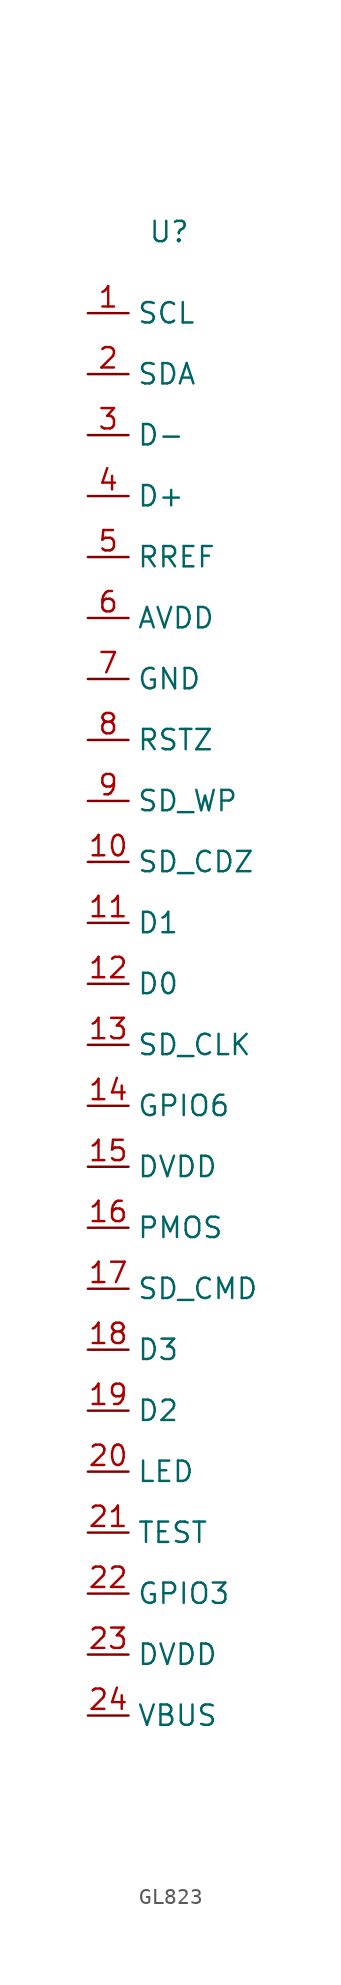
<source format=kicad_sym>
(kicad_symbol_lib
  (version 20220914)
  (generator kicad_symbol_editor)
  (symbol "GL823"
    (property "Reference" "U"
      (at 0 0 0)
      (effects (font (size 1.27 1.27))))
    (property "Value" ""
      (at 0 0 0)
      (effects (font (size 1.27 1.27))))
    (symbol "GL823_1_1"
      (pin input line (at -5.08 -5.08 0) (length 2.54) (name "SCL" (effects (font (size 1.27 1.27)))) (number "1" (effects (font (size 1.27 1.27)))))
      (pin input line (at -5.08 -39.37 0) (length 2.54) (name "SD_CDZ" (effects (font (size 1.27 1.27)))) (number "10" (effects (font (size 1.27 1.27)))))
      (pin input line (at -5.08 -43.18 0) (length 2.54) (name "D1" (effects (font (size 1.27 1.27)))) (number "11" (effects (font (size 1.27 1.27)))))
      (pin input line (at -5.08 -46.99 0) (length 2.54) (name "D0" (effects (font (size 1.27 1.27)))) (number "12" (effects (font (size 1.27 1.27)))))
      (pin input line (at -5.08 -50.8 0) (length 2.54) (name "SD_CLK" (effects (font (size 1.27 1.27)))) (number "13" (effects (font (size 1.27 1.27)))))
      (pin input line (at -5.08 -54.61 0) (length 2.54) (name "GPIO6" (effects (font (size 1.27 1.27)))) (number "14" (effects (font (size 1.27 1.27)))))
      (pin input line (at -5.08 -58.42 0) (length 2.54) (name "DVDD" (effects (font (size 1.27 1.27)))) (number "15" (effects (font (size 1.27 1.27)))))
      (pin input line (at -5.08 -62.23 0) (length 2.54) (name "PMOS" (effects (font (size 1.27 1.27)))) (number "16" (effects (font (size 1.27 1.27)))))
      (pin input line (at -5.08 -66.04 0) (length 2.54) (name "SD_CMD" (effects (font (size 1.27 1.27)))) (number "17" (effects (font (size 1.27 1.27)))))
      (pin input line (at -5.08 -69.85 0) (length 2.54) (name "D3" (effects (font (size 1.27 1.27)))) (number "18" (effects (font (size 1.27 1.27)))))
      (pin input line (at -5.08 -73.66 0) (length 2.54) (name "D2" (effects (font (size 1.27 1.27)))) (number "19" (effects (font (size 1.27 1.27)))))
      (pin input line (at -5.08 -8.89 0) (length 2.54) (name "SDA" (effects (font (size 1.27 1.27)))) (number "2" (effects (font (size 1.27 1.27)))))
      (pin input line (at -5.08 -77.47 0) (length 2.54) (name "LED" (effects (font (size 1.27 1.27)))) (number "20" (effects (font (size 1.27 1.27)))))
      (pin input line (at -5.08 -81.28 0) (length 2.54) (name "TEST" (effects (font (size 1.27 1.27)))) (number "21" (effects (font (size 1.27 1.27)))))
      (pin input line (at -5.08 -85.09 0) (length 2.54) (name "GPIO3" (effects (font (size 1.27 1.27)))) (number "22" (effects (font (size 1.27 1.27)))))
      (pin input line (at -5.08 -88.9 0) (length 2.54) (name "DVDD" (effects (font (size 1.27 1.27)))) (number "23" (effects (font (size 1.27 1.27)))))
      (pin input line (at -5.08 -92.71 0) (length 2.54) (name "VBUS" (effects (font (size 1.27 1.27)))) (number "24" (effects (font (size 1.27 1.27)))))
      (pin input line (at -5.08 -12.7 0) (length 2.54) (name "D-" (effects (font (size 1.27 1.27)))) (number "3" (effects (font (size 1.27 1.27)))))
      (pin input line (at -5.08 -16.51 0) (length 2.54) (name "D+" (effects (font (size 1.27 1.27)))) (number "4" (effects (font (size 1.27 1.27)))))
      (pin input line (at -5.08 -20.32 0) (length 2.54) (name "RREF" (effects (font (size 1.27 1.27)))) (number "5" (effects (font (size 1.27 1.27)))))
      (pin input line (at -5.08 -24.13 0) (length 2.54) (name "AVDD" (effects (font (size 1.27 1.27)))) (number "6" (effects (font (size 1.27 1.27)))))
      (pin input line (at -5.08 -27.94 0) (length 2.54) (name "GND" (effects (font (size 1.27 1.27)))) (number "7" (effects (font (size 1.27 1.27)))))
      (pin input line (at -5.08 -31.75 0) (length 2.54) (name "RSTZ" (effects (font (size 1.27 1.27)))) (number "8" (effects (font (size 1.27 1.27)))))
      (pin input line (at -5.08 -35.56 0) (length 2.54) (name "SD_WP" (effects (font (size 1.27 1.27)))) (number "9" (effects (font (size 1.27 1.27))))))))
</source>
